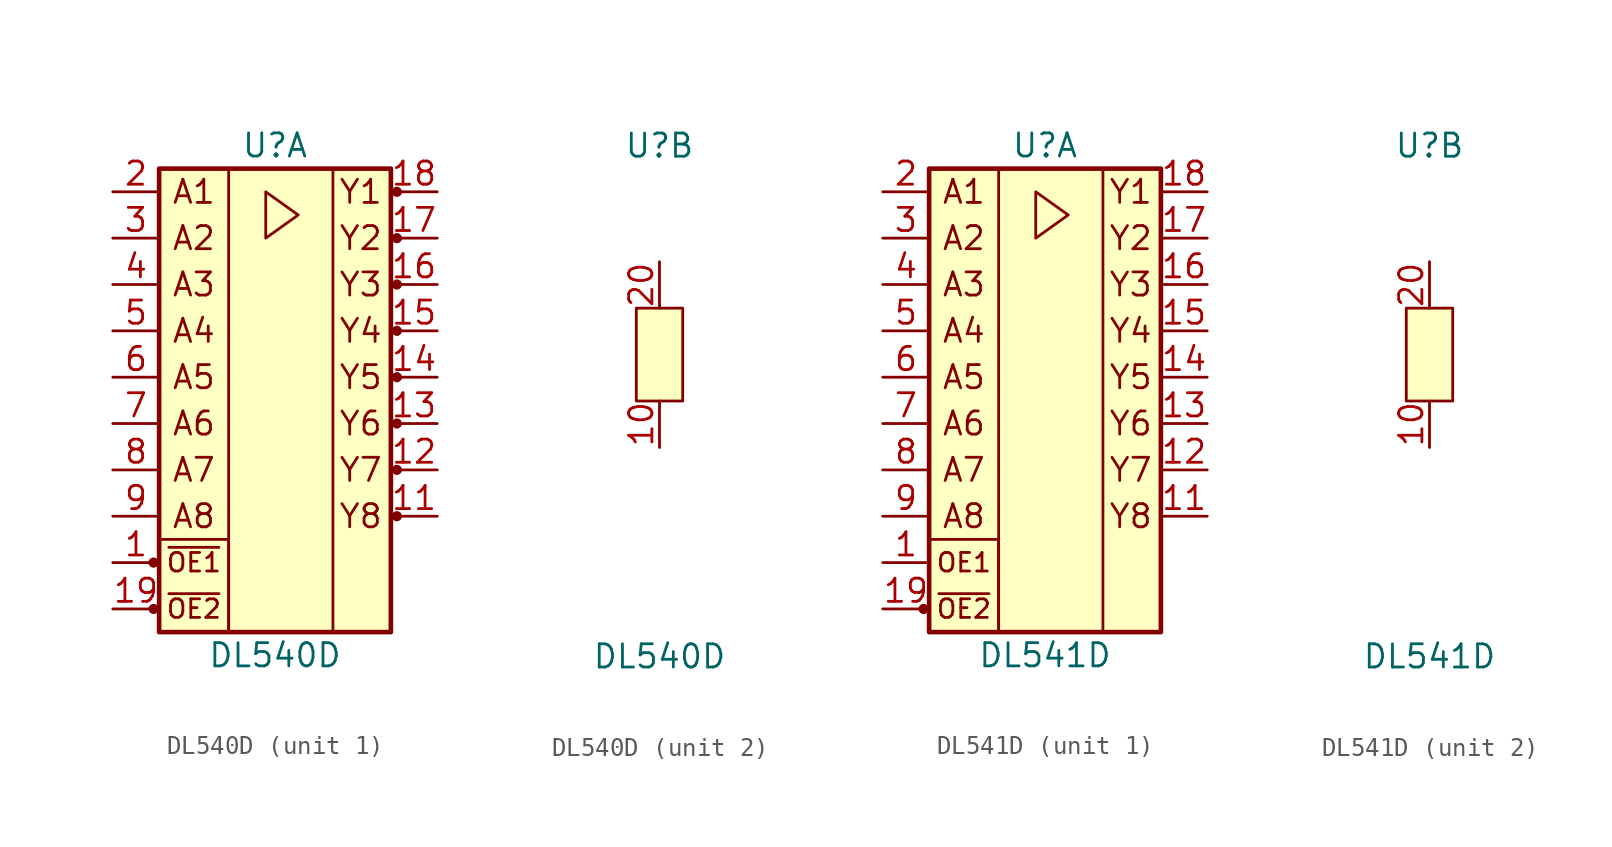
<source format=kicad_sym>
(kicad_symbol_lib
  (version 20211014)
  (generator kicad_symbol_editor)
  (symbol "DL540D"
    (pin_names
      (offset 1.016) hide)
    (property "Reference" "U"
      (at 0 11.43 0)
      (effects (font (size 1.27 1.27))))
    (property "Value" "DL540D"
      (at 0 -16.51 0)
      (effects (font (size 1.27 1.27))))
    (property "ki_locked" ""
      (at 0 0 0)
      (effects (font (size 1.27 1.27))))
    (symbol "DL540D_1_1"
      (circle (center -6.655 -13.97) (radius 0.203) (stroke (width 0) (type default) (color 0 0 0 0)) (fill (type outline)))
      (circle (center -6.655 -11.43) (radius 0.203) (stroke (width 0) (type default) (color 0 0 0 0)) (fill (type outline)))
      (rectangle (start -6.35 -10.16) (end -2.54 -15.24) (stroke (width 0) (type default) (color 0 0 0 0)) (fill (type none)))
      (rectangle (start -6.35 10.16) (end 6.35 -15.24) (stroke (width 0.254) (type default) (color 0 0 0 0)) (fill (type background)))
      (polyline (pts (xy -0.508 8.89) (xy 1.27 7.62) (xy -0.508 6.35) (xy -0.508 8.89)) (stroke (width 0) (type default) (color 0 0 0 0)) (fill (type none)))
      (rectangle (start 3.175 10.16) (end -2.54 -15.24) (stroke (width 0) (type default) (color 0 0 0 0)) (fill (type none)))
      (circle (center 6.68 -8.89) (radius 0.203) (stroke (width 0) (type default) (color 0 0 0 0)) (fill (type outline)))
      (circle (center 6.68 -6.35) (radius 0.203) (stroke (width 0) (type default) (color 0 0 0 0)) (fill (type outline)))
      (circle (center 6.68 -3.81) (radius 0.203) (stroke (width 0) (type default) (color 0 0 0 0)) (fill (type outline)))
      (circle (center 6.68 -1.27) (radius 0.203) (stroke (width 0) (type default) (color 0 0 0 0)) (fill (type outline)))
      (circle (center 6.68 1.27) (radius 0.203) (stroke (width 0) (type default) (color 0 0 0 0)) (fill (type outline)))
      (circle (center 6.68 3.81) (radius 0.203) (stroke (width 0) (type default) (color 0 0 0 0)) (fill (type outline)))
      (circle (center 6.68 6.35) (radius 0.203) (stroke (width 0) (type default) (color 0 0 0 0)) (fill (type outline)))
      (circle (center 6.68 8.89) (radius 0.203) (stroke (width 0) (type default) (color 0 0 0 0)) (fill (type outline)))
      (text "A1" (at -4.445 8.89 0) (effects (font (size 1.27 1.27))))
      (text "A2" (at -4.445 6.35 0) (effects (font (size 1.27 1.27))))
      (text "A3" (at -4.445 3.81 0) (effects (font (size 1.27 1.27))))
      (text "A4" (at -4.445 1.27 0) (effects (font (size 1.27 1.27))))
      (text "A5" (at -4.445 -1.27 0) (effects (font (size 1.27 1.27))))
      (text "A6" (at -4.445 -3.81 0) (effects (font (size 1.27 1.27))))
      (text "A7" (at -4.445 -6.35 0) (effects (font (size 1.27 1.27))))
      (text "A8" (at -4.445 -8.89 0) (effects (font (size 1.27 1.27))))
      (text "Y1" (at 4.699 8.89 0) (effects (font (size 1.27 1.27))))
      (text "Y2" (at 4.699 6.35 0) (effects (font (size 1.27 1.27))))
      (text "Y3" (at 4.699 3.81 0) (effects (font (size 1.27 1.27))))
      (text "Y4" (at 4.699 1.27 0) (effects (font (size 1.27 1.27))))
      (text "Y5" (at 4.699 -1.27 0) (effects (font (size 1.27 1.27))))
      (text "Y6" (at 4.699 -3.81 0) (effects (font (size 1.27 1.27))))
      (text "Y7" (at 4.699 -6.35 0) (effects (font (size 1.27 1.27))))
      (text "Y8" (at 4.699 -8.89 0) (effects (font (size 1.27 1.27))))
      (text "~{OE1}" (at -4.445 -11.43 0) (effects (font (size 1.016 1.016))))
      (text "~{OE2}" (at -4.445 -13.97 0) (effects (font (size 1.016 1.016))))
      (pin input line (at -8.89 -11.43 0) (length 2.54) (name "OE1" (effects (font (size 1.27 1.27)))) (number "1" (effects (font (size 1.27 1.27)))))
      (pin tri_state line (at 8.89 -8.89 180) (length 2.54) (name "Y8" (effects (font (size 1.27 1.27)))) (number "11" (effects (font (size 1.27 1.27)))))
      (pin tri_state line (at 8.89 -6.35 180) (length 2.54) (name "Y7" (effects (font (size 1.27 1.27)))) (number "12" (effects (font (size 1.27 1.27)))))
      (pin tri_state line (at 8.89 -3.81 180) (length 2.54) (name "Y6" (effects (font (size 1.27 1.27)))) (number "13" (effects (font (size 1.27 1.27)))))
      (pin tri_state line (at 8.89 -1.27 180) (length 2.54) (name "Y5" (effects (font (size 1.27 1.27)))) (number "14" (effects (font (size 1.27 1.27)))))
      (pin tri_state line (at 8.89 1.27 180) (length 2.54) (name "A4" (effects (font (size 1.27 1.27)))) (number "15" (effects (font (size 1.27 1.27)))))
      (pin tri_state line (at 8.89 3.81 180) (length 2.54) (name "Y3" (effects (font (size 1.27 1.27)))) (number "16" (effects (font (size 1.27 1.27)))))
      (pin tri_state line (at 8.89 6.35 180) (length 2.54) (name "Y2" (effects (font (size 1.27 1.27)))) (number "17" (effects (font (size 1.27 1.27)))))
      (pin tri_state line (at 8.89 8.89 180) (length 2.54) (name "Y1" (effects (font (size 1.27 1.27)))) (number "18" (effects (font (size 1.27 1.27)))))
      (pin input line (at -8.89 -13.97 0) (length 2.54) (name "~{OE2}" (effects (font (size 1.27 1.27)))) (number "19" (effects (font (size 1.27 1.27)))))
      (pin input line (at -8.89 8.89 0) (length 2.54) (name "A1" (effects (font (size 1.27 1.27)))) (number "2" (effects (font (size 1.27 1.27)))))
      (pin input line (at -8.89 6.35 0) (length 2.54) (name "A2" (effects (font (size 1.27 1.27)))) (number "3" (effects (font (size 1.27 1.27)))))
      (pin input line (at -8.89 3.81 0) (length 2.54) (name "A3" (effects (font (size 1.27 1.27)))) (number "4" (effects (font (size 1.27 1.27)))))
      (pin input line (at -8.89 1.27 0) (length 2.54) (name "A4" (effects (font (size 1.27 1.27)))) (number "5" (effects (font (size 1.27 1.27)))))
      (pin input line (at -8.89 -1.27 0) (length 2.54) (name "A5" (effects (font (size 1.27 1.27)))) (number "6" (effects (font (size 1.27 1.27)))))
      (pin input line (at -8.89 -3.81 0) (length 2.54) (name "A6" (effects (font (size 1.27 1.27)))) (number "7" (effects (font (size 1.27 1.27)))))
      (pin input line (at -8.89 -6.35 0) (length 2.54) (name "A7" (effects (font (size 1.27 1.27)))) (number "8" (effects (font (size 1.27 1.27)))))
      (pin input line (at -8.89 -8.89 0) (length 2.54) (name "A8" (effects (font (size 1.27 1.27)))) (number "9" (effects (font (size 1.27 1.27))))))
    (symbol "DL540D_2_1"
      (rectangle (start -1.27 2.54) (end 1.27 -2.54) (stroke (width 0) (type default) (color 0 0 0 0)) (fill (type background)))
      (pin power_in line (at 0 -5.08 90) (length 2.54) (name "GND" (effects (font (size 1.27 1.27)))) (number "10" (effects (font (size 1.27 1.27)))))
      (pin power_in line (at 0 5.08 270) (length 2.54) (name "Vcc" (effects (font (size 1.27 1.27)))) (number "20" (effects (font (size 1.27 1.27)))))))
  (symbol "DL541D"
    (pin_names
      (offset 1.016) hide)
    (property "Reference" "U"
      (at 0 11.43 0)
      (effects (font (size 1.27 1.27))))
    (property "Value" "DL541D"
      (at 0 -16.51 0)
      (effects (font (size 1.27 1.27))))
    (property "ki_locked" ""
      (at 0 0 0)
      (effects (font (size 1.27 1.27))))
    (symbol "DL541D_1_1"
      (circle (center -6.655 -13.97) (radius 0.203) (stroke (width 0) (type default) (color 0 0 0 0)) (fill (type outline)))
      (rectangle (start -6.35 -10.16) (end -2.54 -15.24) (stroke (width 0) (type default) (color 0 0 0 0)) (fill (type none)))
      (rectangle (start -6.35 10.16) (end 6.35 -15.24) (stroke (width 0.254) (type default) (color 0 0 0 0)) (fill (type background)))
      (polyline (pts (xy -0.508 8.89) (xy 1.27 7.62) (xy -0.508 6.35) (xy -0.508 8.89)) (stroke (width 0) (type default) (color 0 0 0 0)) (fill (type none)))
      (rectangle (start 3.175 10.16) (end -2.54 -15.24) (stroke (width 0) (type default) (color 0 0 0 0)) (fill (type none)))
      (text "A1" (at -4.445 8.89 0) (effects (font (size 1.27 1.27))))
      (text "A2" (at -4.445 6.35 0) (effects (font (size 1.27 1.27))))
      (text "A3" (at -4.445 3.81 0) (effects (font (size 1.27 1.27))))
      (text "A4" (at -4.445 1.27 0) (effects (font (size 1.27 1.27))))
      (text "A5" (at -4.445 -1.27 0) (effects (font (size 1.27 1.27))))
      (text "A6" (at -4.445 -3.81 0) (effects (font (size 1.27 1.27))))
      (text "A7" (at -4.445 -6.35 0) (effects (font (size 1.27 1.27))))
      (text "A8" (at -4.445 -8.89 0) (effects (font (size 1.27 1.27))))
      (text "OE1" (at -4.445 -11.43 0) (effects (font (size 1.016 1.016))))
      (text "Y1" (at 4.699 8.89 0) (effects (font (size 1.27 1.27))))
      (text "Y2" (at 4.699 6.35 0) (effects (font (size 1.27 1.27))))
      (text "Y3" (at 4.699 3.81 0) (effects (font (size 1.27 1.27))))
      (text "Y4" (at 4.699 1.27 0) (effects (font (size 1.27 1.27))))
      (text "Y5" (at 4.699 -1.27 0) (effects (font (size 1.27 1.27))))
      (text "Y6" (at 4.699 -3.81 0) (effects (font (size 1.27 1.27))))
      (text "Y7" (at 4.699 -6.35 0) (effects (font (size 1.27 1.27))))
      (text "Y8" (at 4.699 -8.89 0) (effects (font (size 1.27 1.27))))
      (text "~{OE2}" (at -4.445 -13.97 0) (effects (font (size 1.016 1.016))))
      (pin input line (at -8.89 -11.43 0) (length 2.54) (name "OE1" (effects (font (size 1.27 1.27)))) (number "1" (effects (font (size 1.27 1.27)))))
      (pin tri_state line (at 8.89 -8.89 180) (length 2.54) (name "Y8" (effects (font (size 1.27 1.27)))) (number "11" (effects (font (size 1.27 1.27)))))
      (pin tri_state line (at 8.89 -6.35 180) (length 2.54) (name "Y7" (effects (font (size 1.27 1.27)))) (number "12" (effects (font (size 1.27 1.27)))))
      (pin tri_state line (at 8.89 -3.81 180) (length 2.54) (name "Y6" (effects (font (size 1.27 1.27)))) (number "13" (effects (font (size 1.27 1.27)))))
      (pin tri_state line (at 8.89 -1.27 180) (length 2.54) (name "Y5" (effects (font (size 1.27 1.27)))) (number "14" (effects (font (size 1.27 1.27)))))
      (pin tri_state line (at 8.89 1.27 180) (length 2.54) (name "A4" (effects (font (size 1.27 1.27)))) (number "15" (effects (font (size 1.27 1.27)))))
      (pin tri_state line (at 8.89 3.81 180) (length 2.54) (name "Y3" (effects (font (size 1.27 1.27)))) (number "16" (effects (font (size 1.27 1.27)))))
      (pin tri_state line (at 8.89 6.35 180) (length 2.54) (name "Y2" (effects (font (size 1.27 1.27)))) (number "17" (effects (font (size 1.27 1.27)))))
      (pin tri_state line (at 8.89 8.89 180) (length 2.54) (name "Y1" (effects (font (size 1.27 1.27)))) (number "18" (effects (font (size 1.27 1.27)))))
      (pin input line (at -8.89 -13.97 0) (length 2.54) (name "~{OE2}" (effects (font (size 1.27 1.27)))) (number "19" (effects (font (size 1.27 1.27)))))
      (pin input line (at -8.89 8.89 0) (length 2.54) (name "A1" (effects (font (size 1.27 1.27)))) (number "2" (effects (font (size 1.27 1.27)))))
      (pin input line (at -8.89 6.35 0) (length 2.54) (name "A2" (effects (font (size 1.27 1.27)))) (number "3" (effects (font (size 1.27 1.27)))))
      (pin input line (at -8.89 3.81 0) (length 2.54) (name "A3" (effects (font (size 1.27 1.27)))) (number "4" (effects (font (size 1.27 1.27)))))
      (pin input line (at -8.89 1.27 0) (length 2.54) (name "A4" (effects (font (size 1.27 1.27)))) (number "5" (effects (font (size 1.27 1.27)))))
      (pin input line (at -8.89 -1.27 0) (length 2.54) (name "A5" (effects (font (size 1.27 1.27)))) (number "6" (effects (font (size 1.27 1.27)))))
      (pin input line (at -8.89 -3.81 0) (length 2.54) (name "A6" (effects (font (size 1.27 1.27)))) (number "7" (effects (font (size 1.27 1.27)))))
      (pin input line (at -8.89 -6.35 0) (length 2.54) (name "A7" (effects (font (size 1.27 1.27)))) (number "8" (effects (font (size 1.27 1.27)))))
      (pin input line (at -8.89 -8.89 0) (length 2.54) (name "A8" (effects (font (size 1.27 1.27)))) (number "9" (effects (font (size 1.27 1.27))))))
    (symbol "DL541D_2_1"
      (rectangle (start -1.27 2.54) (end 1.27 -2.54) (stroke (width 0) (type default) (color 0 0 0 0)) (fill (type background)))
      (pin power_in line (at 0 -5.08 90) (length 2.54) (name "GND" (effects (font (size 1.27 1.27)))) (number "10" (effects (font (size 1.27 1.27)))))
      (pin power_in line (at 0 5.08 270) (length 2.54) (name "Vcc" (effects (font (size 1.27 1.27)))) (number "20" (effects (font (size 1.27 1.27))))))))
</source>
